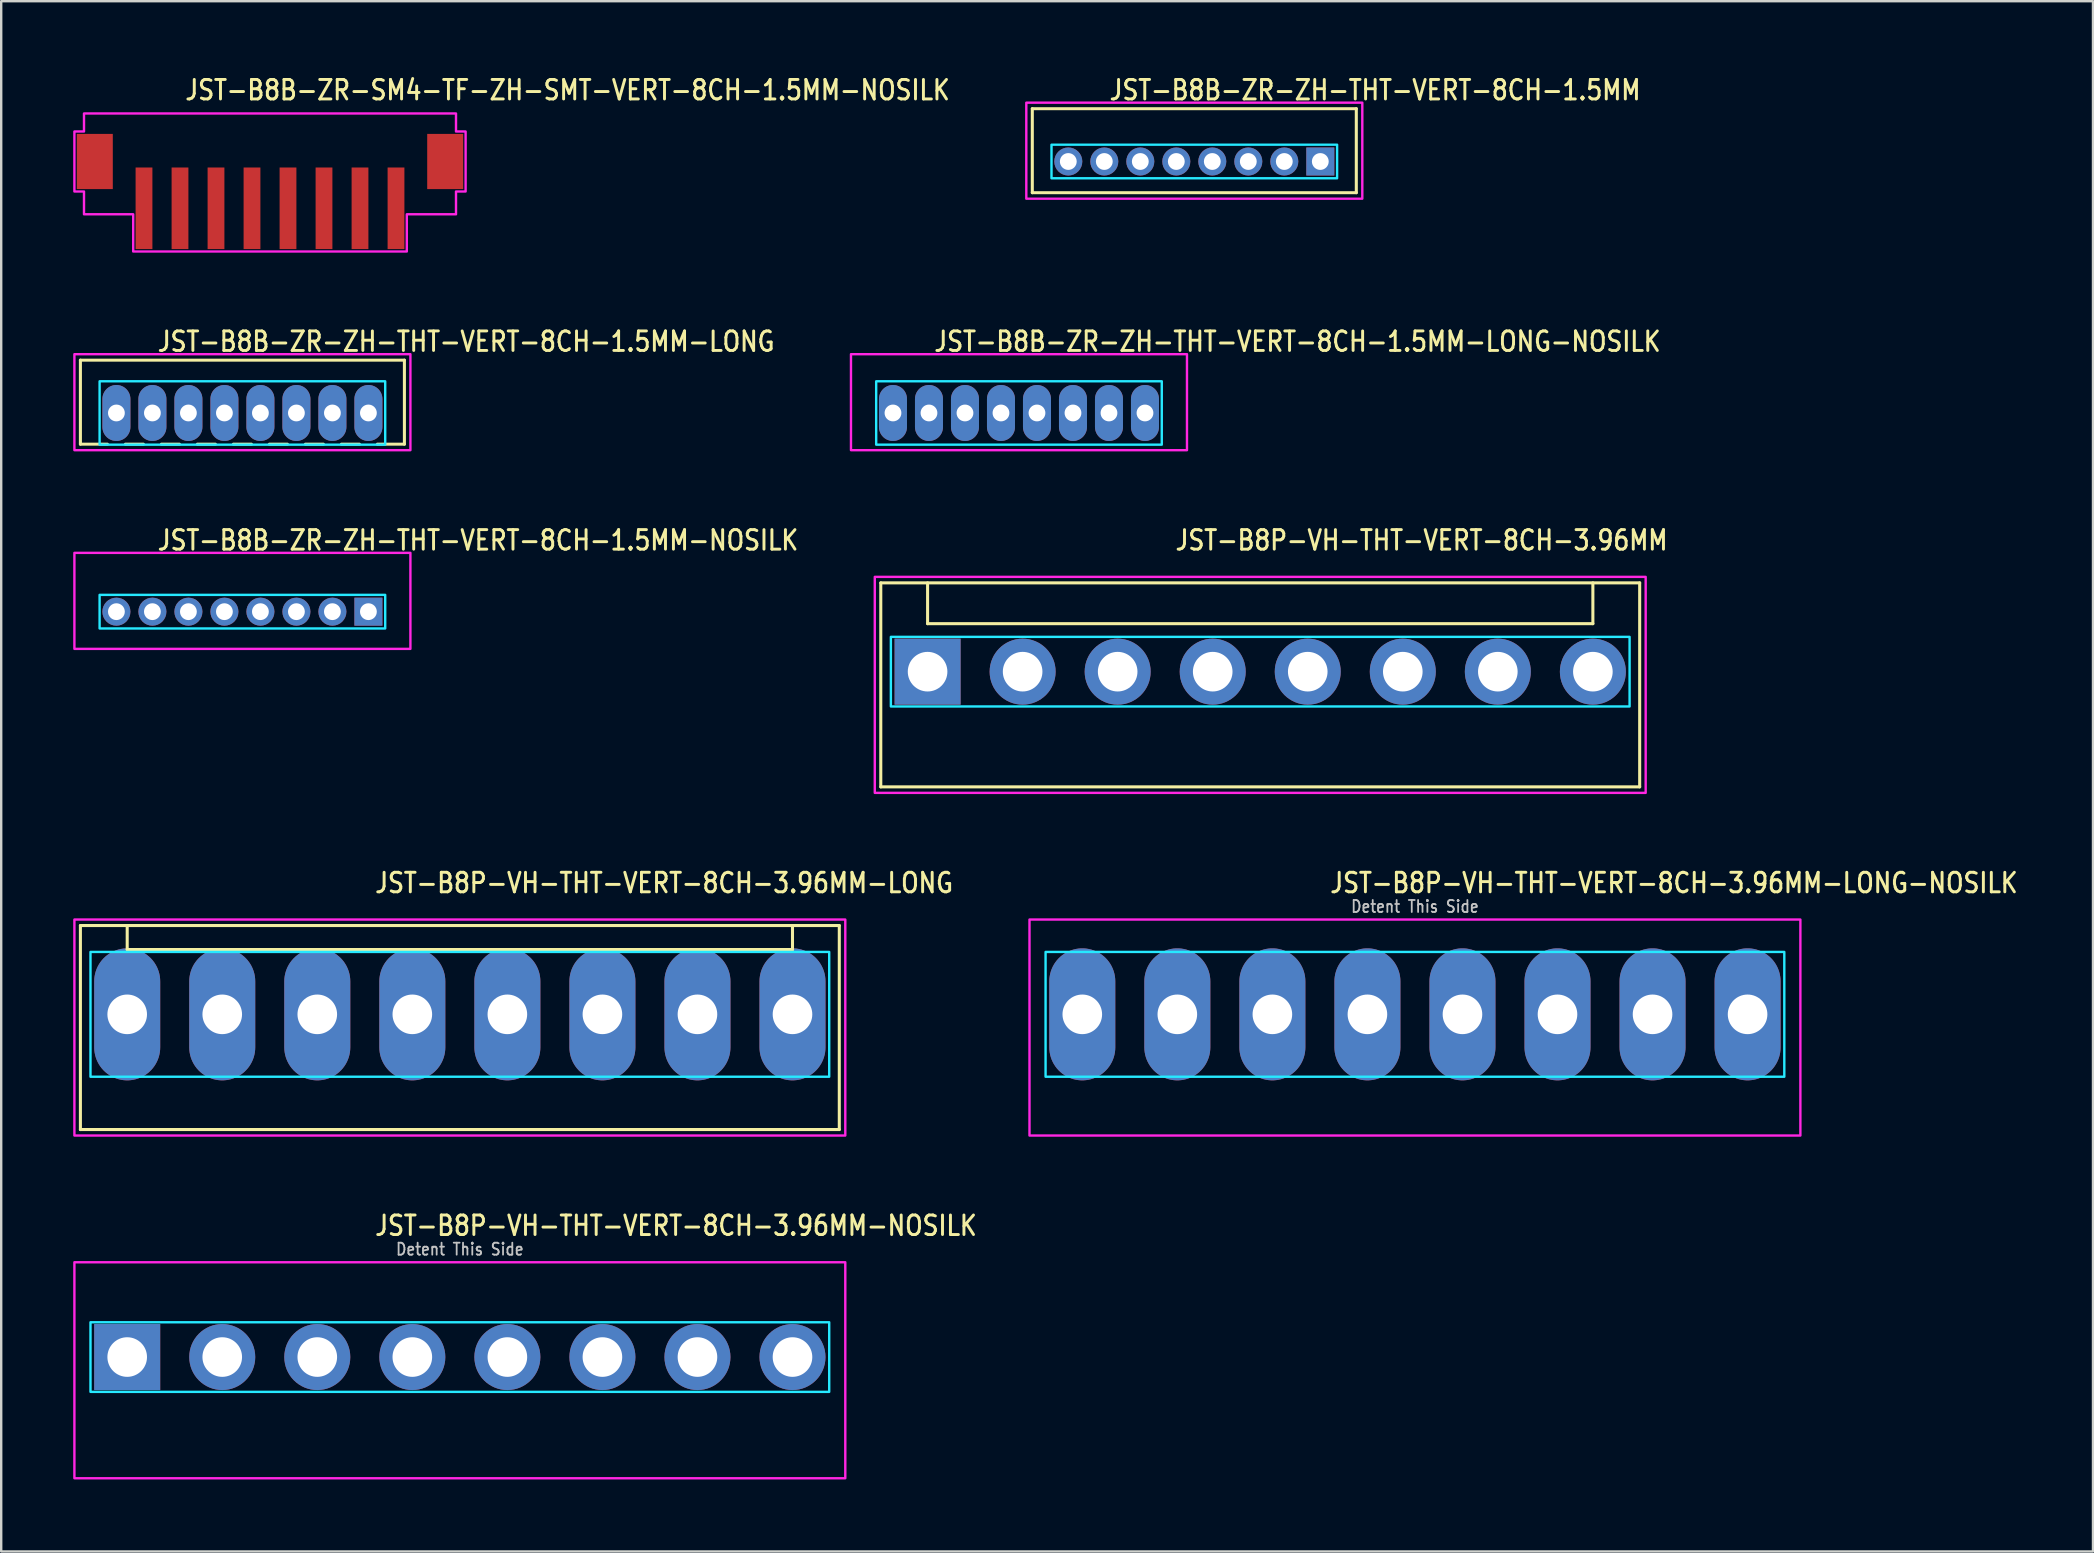
<source format=kicad_pcb>
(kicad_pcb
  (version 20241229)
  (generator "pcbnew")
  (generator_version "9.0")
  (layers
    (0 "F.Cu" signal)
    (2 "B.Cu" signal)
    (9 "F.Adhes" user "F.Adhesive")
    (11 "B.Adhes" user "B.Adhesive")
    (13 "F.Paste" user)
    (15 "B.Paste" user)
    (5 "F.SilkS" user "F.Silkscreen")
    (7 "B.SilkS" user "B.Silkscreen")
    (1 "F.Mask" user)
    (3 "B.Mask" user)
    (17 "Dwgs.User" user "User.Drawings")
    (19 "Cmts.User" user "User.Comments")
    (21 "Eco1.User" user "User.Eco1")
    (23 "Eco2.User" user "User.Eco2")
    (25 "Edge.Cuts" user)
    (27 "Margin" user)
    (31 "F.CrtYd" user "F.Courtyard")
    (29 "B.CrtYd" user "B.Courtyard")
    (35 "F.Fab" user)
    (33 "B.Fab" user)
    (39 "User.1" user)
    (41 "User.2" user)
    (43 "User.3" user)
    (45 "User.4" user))
  (footprint "JST-B8B-ZR-ZH-THT-VERT-8CH-1.5MM-NOSILK"
    (layer "F.Cu")
    (at 7.05 22.436)
    (property "Reference" "JST-B8B-ZR-ZH-THT-VERT-8CH-1.5MM-NOSILK" (at -3.6 -2.5 0) (unlocked yes) (layer "F.SilkS") (effects (font (size 0.813 0.695) (thickness 0.122)) (justify left bottom)))
    (fp_poly (pts (xy -5.95 -0.7) (xy -5.95 0.7) (xy 5.95 0.7) (xy 5.95 -0.7)) (stroke (width 0.1) (type solid)) (fill no) (layer "B.CrtYd"))
    (fp_poly (pts (xy -7 -2.45) (xy -7 1.55) (xy 7 1.55) (xy 7 -2.45)) (stroke (width 0.1) (type solid)) (fill no) (layer "F.CrtYd"))
    (pad "1" thru_hole rect (at 5.25 0) (size 1.167 1.167) (drill 0.7) (layers "*.Cu" "*.Mask"))
    (pad "2" thru_hole oval (at 3.75 0) (size 1.167 1.167) (drill 0.7) (layers "*.Cu" "*.Mask"))
    (pad "3" thru_hole oval (at 2.25 0) (size 1.167 1.167) (drill 0.7) (layers "*.Cu" "*.Mask"))
    (pad "4" thru_hole oval (at 0.75 0) (size 1.167 1.167) (drill 0.7) (layers "*.Cu" "*.Mask"))
    (pad "5" thru_hole oval (at -0.75 0) (size 1.167 1.167) (drill 0.7) (layers "*.Cu" "*.Mask"))
    (pad "6" thru_hole oval (at -2.25 0) (size 1.167 1.167) (drill 0.7) (layers "*.Cu" "*.Mask"))
    (pad "7" thru_hole oval (at -3.75 0) (size 1.167 1.167) (drill 0.7) (layers "*.Cu" "*.Mask"))
    (pad "8" thru_hole oval (at -5.25 0) (size 1.167 1.167) (drill 0.7) (layers "*.Cu" "*.Mask")))
  (footprint "JST-B8B-ZR-ZH-THT-VERT-8CH-1.5MM-LONG"
    (layer "F.Cu")
    (at 7.05 14.157)
    (property "Reference" "JST-B8B-ZR-ZH-THT-VERT-8CH-1.5MM-LONG" (at -3.6 -2.5 0) (unlocked yes) (layer "F.SilkS") (effects (font (size 0.813 0.695) (thickness 0.122)) (justify left bottom)))
    (fp_line (start -6.75 -2.2) (end 6.75 -2.2) (stroke (width 0.127) (type solid)) (layer "F.SilkS"))
    (fp_line (start -6.75 1.3) (end -6.75 -2.2) (stroke (width 0.127) (type solid)) (layer "F.SilkS"))
    (fp_line (start -6.75 1.3) (end -5.625 1.3) (stroke (width 0.127) (type solid)) (layer "F.SilkS"))
    (fp_line (start -4.875 1.3) (end -4.125 1.3) (stroke (width 0.127) (type solid)) (layer "F.SilkS"))
    (fp_line (start -3.375 1.3) (end -2.625 1.3) (stroke (width 0.127) (type solid)) (layer "F.SilkS"))
    (fp_line (start -1.875 1.3) (end -1.125 1.3) (stroke (width 0.127) (type solid)) (layer "F.SilkS"))
    (fp_line (start -0.375 1.3) (end 0.375 1.3) (stroke (width 0.127) (type solid)) (layer "F.SilkS"))
    (fp_line (start 1.125 1.3) (end 1.875 1.3) (stroke (width 0.127) (type solid)) (layer "F.SilkS"))
    (fp_line (start 2.625 1.3) (end 3.375 1.3) (stroke (width 0.127) (type solid)) (layer "F.SilkS"))
    (fp_line (start 4.125 1.3) (end 4.875 1.3) (stroke (width 0.127) (type solid)) (layer "F.SilkS"))
    (fp_line (start 5.625 1.3) (end 6.75 1.3) (stroke (width 0.127) (type solid)) (layer "F.SilkS"))
    (fp_line (start 6.75 -2.2) (end 6.75 1.3) (stroke (width 0.127) (type solid)) (layer "F.SilkS"))
    (fp_poly (pts (xy -5.95 -1.32) (xy -5.95 1.32) (xy 5.95 1.32) (xy 5.95 -1.32)) (stroke (width 0.1) (type solid)) (fill no) (layer "B.CrtYd"))
    (fp_poly (pts (xy -7 -2.45) (xy -7 1.55) (xy 7 1.55) (xy 7 -2.45)) (stroke (width 0.1) (type solid)) (fill no) (layer "F.CrtYd"))
    (pad "1" thru_hole oval (at 5.25 0 90) (size 2.333 1.167) (drill 0.7) (layers "*.Cu" "*.Mask"))
    (pad "2" thru_hole oval (at 3.75 0 90) (size 2.333 1.167) (drill 0.7) (layers "*.Cu" "*.Mask"))
    (pad "3" thru_hole oval (at 2.25 0 90) (size 2.333 1.167) (drill 0.7) (layers "*.Cu" "*.Mask"))
    (pad "4" thru_hole oval (at 0.75 0 90) (size 2.333 1.167) (drill 0.7) (layers "*.Cu" "*.Mask"))
    (pad "5" thru_hole oval (at -0.75 0 90) (size 2.333 1.167) (drill 0.7) (layers "*.Cu" "*.Mask"))
    (pad "6" thru_hole oval (at -2.25 0 90) (size 2.333 1.167) (drill 0.7) (layers "*.Cu" "*.Mask"))
    (pad "7" thru_hole oval (at -3.75 0 90) (size 2.333 1.167) (drill 0.7) (layers "*.Cu" "*.Mask"))
    (pad "8" thru_hole oval (at -5.25 0 90) (size 2.333 1.167) (drill 0.7) (layers "*.Cu" "*.Mask")))
  (footprint "JST-B8P-VH-THT-VERT-8CH-3.96MM-LONG"
    (layer "F.Cu")
    (at 16.11 39.214)
    (property "Reference" "JST-B8P-VH-THT-VERT-8CH-3.96MM-LONG" (at -3.6 -5 0) (unlocked yes) (layer "F.SilkS") (effects (font (size 0.813 0.695) (thickness 0.122)) (justify left bottom)))
    (fp_line (start -15.81 -3.7) (end 15.81 -3.7) (stroke (width 0.127) (type solid)) (layer "F.SilkS"))
    (fp_line (start -15.81 4.8) (end -15.81 -3.7) (stroke (width 0.127) (type solid)) (layer "F.SilkS"))
    (fp_line (start -15.81 4.8) (end 15.81 4.8) (stroke (width 0.127) (type solid)) (layer "F.SilkS"))
    (fp_line (start -13.86 -3.7) (end -13.86 -2.7) (stroke (width 0.127) (type solid)) (layer "F.SilkS"))
    (fp_line (start -13.86 -2.7) (end 13.86 -2.7) (stroke (width 0.127) (type solid)) (layer "F.SilkS"))
    (fp_line (start 13.86 -3.7) (end 13.86 -2.7) (stroke (width 0.127) (type solid)) (layer "F.SilkS"))
    (fp_line (start 15.81 -3.7) (end 15.81 4.8) (stroke (width 0.127) (type solid)) (layer "F.SilkS"))
    (fp_poly (pts (xy -15.39 -2.6) (xy -15.39 2.6) (xy 15.39 2.6) (xy 15.39 -2.6)) (stroke (width 0.1) (type solid)) (fill no) (layer "B.CrtYd"))
    (fp_poly (pts (xy -16.06 -3.95) (xy -16.06 5.05) (xy 16.06 5.05) (xy 16.06 -3.95)) (stroke (width 0.1) (type solid)) (fill no) (layer "F.CrtYd"))
    (pad "P$1" thru_hole oval (at -13.86 0 90) (size 5.5 2.75) (drill 1.65) (layers "*.Cu" "*.Mask"))
    (pad "P$2" thru_hole oval (at -9.9 0 90) (size 5.5 2.75) (drill 1.65) (layers "*.Cu" "*.Mask"))
    (pad "P$3" thru_hole oval (at -5.94 0 90) (size 5.5 2.75) (drill 1.65) (layers "*.Cu" "*.Mask"))
    (pad "P$4" thru_hole oval (at -1.98 0 90) (size 5.5 2.75) (drill 1.65) (layers "*.Cu" "*.Mask"))
    (pad "P$5" thru_hole oval (at 1.98 0 90) (size 5.5 2.75) (drill 1.65) (layers "*.Cu" "*.Mask"))
    (pad "P$6" thru_hole oval (at 5.94 0 90) (size 5.5 2.75) (drill 1.65) (layers "*.Cu" "*.Mask"))
    (pad "P$7" thru_hole oval (at 9.9 0 90) (size 5.5 2.75) (drill 1.65) (layers "*.Cu" "*.Mask"))
    (pad "P$8" thru_hole oval (at 13.86 0 90) (size 5.5 2.75) (drill 1.65) (layers "*.Cu" "*.Mask")))
  (footprint "JST-B8P-VH-THT-VERT-8CH-3.96MM-LONG-NOSILK"
    (layer "F.Cu")
    (at 55.905 39.214)
    (property "Reference" "JST-B8P-VH-THT-VERT-8CH-3.96MM-LONG-NOSILK" (at -3.6 -5 0) (unlocked yes) (layer "F.SilkS") (effects (font (size 0.813 0.695) (thickness 0.122)) (justify left bottom)))
    (fp_poly (pts (xy -15.39 -2.6) (xy -15.39 2.6) (xy 15.39 2.6) (xy 15.39 -2.6)) (stroke (width 0.1) (type solid)) (fill no) (layer "B.CrtYd"))
    (fp_poly (pts (xy -16.06 -3.95) (xy -16.06 5.05) (xy 16.06 5.05) (xy 16.06 -3.95)) (stroke (width 0.1) (type solid)) (fill no) (layer "F.CrtYd"))
    (fp_text user "Detent This Side" (at 0 -4.2 0) (unlocked yes) (layer "Dwgs.User") (effects (font (size 0.5 0.427) (thickness 0.075)) (justify bottom)))
    (pad "1" thru_hole oval (at -13.86 0 90) (size 5.5 2.75) (drill 1.65) (layers "*.Cu" "*.Mask"))
    (pad "2" thru_hole oval (at -9.9 0 90) (size 5.5 2.75) (drill 1.65) (layers "*.Cu" "*.Mask"))
    (pad "3" thru_hole oval (at -5.94 0 90) (size 5.5 2.75) (drill 1.65) (layers "*.Cu" "*.Mask"))
    (pad "4" thru_hole oval (at -1.98 0 90) (size 5.5 2.75) (drill 1.65) (layers "*.Cu" "*.Mask"))
    (pad "5" thru_hole oval (at 1.98 0 90) (size 5.5 2.75) (drill 1.65) (layers "*.Cu" "*.Mask"))
    (pad "6" thru_hole oval (at 5.94 0 90) (size 5.5 2.75) (drill 1.65) (layers "*.Cu" "*.Mask"))
    (pad "7" thru_hole oval (at 9.9 0 90) (size 5.5 2.75) (drill 1.65) (layers "*.Cu" "*.Mask"))
    (pad "8" thru_hole oval (at 13.86 0 90) (size 5.5 2.75) (drill 1.65) (layers "*.Cu" "*.Mask")))
  (footprint "JST-B8P-VH-THT-VERT-8CH-3.96MM-NOSILK"
    (layer "F.Cu")
    (at 16.11 53.493)
    (property "Reference" "JST-B8P-VH-THT-VERT-8CH-3.96MM-NOSILK" (at -3.6 -5 0) (unlocked yes) (layer "F.SilkS") (effects (font (size 0.813 0.695) (thickness 0.122)) (justify left bottom)))
    (fp_poly (pts (xy -15.39 -1.45) (xy -15.39 1.45) (xy 15.39 1.45) (xy 15.39 -1.45)) (stroke (width 0.1) (type solid)) (fill no) (layer "B.CrtYd"))
    (fp_poly (pts (xy -16.06 -3.95) (xy -16.06 5.05) (xy 16.06 5.05) (xy 16.06 -3.95)) (stroke (width 0.1) (type solid)) (fill no) (layer "F.CrtYd"))
    (fp_text user "Detent This Side" (at 0 -4.2 0) (unlocked yes) (layer "Dwgs.User") (effects (font (size 0.5 0.427) (thickness 0.075)) (justify bottom)))
    (pad "1" thru_hole rect (at -13.86 0) (size 2.75 2.75) (drill 1.65) (layers "*.Cu" "*.Mask"))
    (pad "2" thru_hole oval (at -9.9 0) (size 2.75 2.75) (drill 1.65) (layers "*.Cu" "*.Mask"))
    (pad "3" thru_hole oval (at -5.94 0) (size 2.75 2.75) (drill 1.65) (layers "*.Cu" "*.Mask"))
    (pad "4" thru_hole oval (at -1.98 0) (size 2.75 2.75) (drill 1.65) (layers "*.Cu" "*.Mask"))
    (pad "5" thru_hole oval (at 1.98 0) (size 2.75 2.75) (drill 1.65) (layers "*.Cu" "*.Mask"))
    (pad "6" thru_hole oval (at 5.94 0) (size 2.75 2.75) (drill 1.65) (layers "*.Cu" "*.Mask"))
    (pad "7" thru_hole oval (at 9.9 0) (size 2.75 2.75) (drill 1.65) (layers "*.Cu" "*.Mask"))
    (pad "8" thru_hole oval (at 13.86 0) (size 2.75 2.75) (drill 1.65) (layers "*.Cu" "*.Mask")))
  (footprint "JST-B8B-ZR-ZH-THT-VERT-8CH-1.5MM"
    (layer "F.Cu")
    (at 46.712 3.679)
    (property "Reference" "JST-B8B-ZR-ZH-THT-VERT-8CH-1.5MM" (at -3.6 -2.5 0) (unlocked yes) (layer "F.SilkS") (effects (font (size 0.813 0.695) (thickness 0.122)) (justify left bottom)))
    (fp_line (start -6.75 -2.2) (end 6.75 -2.2) (stroke (width 0.127) (type solid)) (layer "F.SilkS"))
    (fp_line (start -6.75 1.3) (end -6.75 -2.2) (stroke (width 0.127) (type solid)) (layer "F.SilkS"))
    (fp_line (start -6.75 1.3) (end 6.75 1.3) (stroke (width 0.127) (type solid)) (layer "F.SilkS"))
    (fp_line (start 6.75 -2.2) (end 6.75 1.3) (stroke (width 0.127) (type solid)) (layer "F.SilkS"))
    (fp_poly (pts (xy -5.95 -0.7) (xy -5.95 0.7) (xy 5.95 0.7) (xy 5.95 -0.7)) (stroke (width 0.1) (type solid)) (fill no) (layer "B.CrtYd"))
    (fp_poly (pts (xy -7 -2.45) (xy -7 1.55) (xy 7 1.55) (xy 7 -2.45)) (stroke (width 0.1) (type solid)) (fill no) (layer "F.CrtYd"))
    (pad "P$1" thru_hole rect (at 5.25 0) (size 1.167 1.167) (drill 0.7) (layers "*.Cu" "*.Mask"))
    (pad "P$2" thru_hole oval (at 3.75 0) (size 1.167 1.167) (drill 0.7) (layers "*.Cu" "*.Mask"))
    (pad "P$3" thru_hole oval (at 2.25 0) (size 1.167 1.167) (drill 0.7) (layers "*.Cu" "*.Mask"))
    (pad "P$4" thru_hole oval (at 0.75 0) (size 1.167 1.167) (drill 0.7) (layers "*.Cu" "*.Mask"))
    (pad "P$5" thru_hole oval (at -0.75 0) (size 1.167 1.167) (drill 0.7) (layers "*.Cu" "*.Mask"))
    (pad "P$6" thru_hole oval (at -2.25 0) (size 1.167 1.167) (drill 0.7) (layers "*.Cu" "*.Mask"))
    (pad "P$7" thru_hole oval (at -3.75 0) (size 1.167 1.167) (drill 0.7) (layers "*.Cu" "*.Mask"))
    (pad "P$8" thru_hole oval (at -5.25 0) (size 1.167 1.167) (drill 0.7) (layers "*.Cu" "*.Mask")))
  (footprint "JST-B8B-ZR-ZH-THT-VERT-8CH-1.5MM-LONG-NOSILK"
    (layer "F.Cu")
    (at 39.407 14.157)
    (property "Reference" "JST-B8B-ZR-ZH-THT-VERT-8CH-1.5MM-LONG-NOSILK" (at -3.6 -2.5 0) (unlocked yes) (layer "F.SilkS") (effects (font (size 0.813 0.695) (thickness 0.122)) (justify left bottom)))
    (fp_poly (pts (xy -5.95 -1.32) (xy -5.95 1.32) (xy 5.95 1.32) (xy 5.95 -1.32)) (stroke (width 0.1) (type solid)) (fill no) (layer "B.CrtYd"))
    (fp_poly (pts (xy -7 -2.45) (xy -7 1.55) (xy 7 1.55) (xy 7 -2.45)) (stroke (width 0.1) (type solid)) (fill no) (layer "F.CrtYd"))
    (pad "1" thru_hole oval (at 5.25 0 90) (size 2.333 1.167) (drill 0.7) (layers "*.Cu" "*.Mask"))
    (pad "2" thru_hole oval (at 3.75 0 90) (size 2.333 1.167) (drill 0.7) (layers "*.Cu" "*.Mask"))
    (pad "3" thru_hole oval (at 2.25 0 90) (size 2.333 1.167) (drill 0.7) (layers "*.Cu" "*.Mask"))
    (pad "4" thru_hole oval (at 0.75 0 90) (size 2.333 1.167) (drill 0.7) (layers "*.Cu" "*.Mask"))
    (pad "5" thru_hole oval (at -0.75 0 90) (size 2.333 1.167) (drill 0.7) (layers "*.Cu" "*.Mask"))
    (pad "6" thru_hole oval (at -2.25 0 90) (size 2.333 1.167) (drill 0.7) (layers "*.Cu" "*.Mask"))
    (pad "7" thru_hole oval (at -3.75 0 90) (size 2.333 1.167) (drill 0.7) (layers "*.Cu" "*.Mask"))
    (pad "8" thru_hole oval (at -5.25 0 90) (size 2.333 1.167) (drill 0.7) (layers "*.Cu" "*.Mask")))
  (footprint "JST-B8B-ZR-SM4-TF-ZH-SMT-VERT-8CH-1.5MM-NOSILK"
    (layer "F.Cu")
    (at 8.2 3.679)
    (property "Reference" "JST-B8B-ZR-SM4-TF-ZH-SMT-VERT-8CH-1.5MM-NOSILK" (at -3.6 -2.5 0) (unlocked yes) (layer "F.SilkS") (effects (font (size 0.813 0.695) (thickness 0.122)) (justify left bottom)))
    (fp_poly (pts (xy -7.75 -2) (xy -7.75 -1.25) (xy -8.15 -1.25) (xy -8.15 1.25) (xy -7.75 1.25) (xy -7.75 2.2) (xy -5.7 2.2) (xy -5.7 3.75) (xy 5.7 3.75) (xy 5.7 2.2) (xy 7.75 2.2) (xy 7.75 1.25) (xy 8.15 1.25) (xy 8.15 -1.25) (xy 7.75 -1.25) (xy 7.75 -2)) (stroke (width 0.1) (type solid)) (fill no) (layer "F.CrtYd"))
    (pad "1" smd rect (at -5.25 1.95) (size 0.7 3.4) (layers "F.Cu" "F.Mask" "F.Paste"))
    (pad "2" smd rect (at -3.75 1.95) (size 0.7 3.4) (layers "F.Cu" "F.Mask" "F.Paste"))
    (pad "3" smd rect (at -2.25 1.95) (size 0.7 3.4) (layers "F.Cu" "F.Mask" "F.Paste"))
    (pad "4" smd rect (at -0.75 1.95) (size 0.7 3.4) (layers "F.Cu" "F.Mask" "F.Paste"))
    (pad "5" smd rect (at 0.75 1.95) (size 0.7 3.4) (layers "F.Cu" "F.Mask" "F.Paste"))
    (pad "6" smd rect (at 2.25 1.95) (size 0.7 3.4) (layers "F.Cu" "F.Mask" "F.Paste"))
    (pad "7" smd rect (at 3.75 1.95) (size 0.7 3.4) (layers "F.Cu" "F.Mask" "F.Paste"))
    (pad "8" smd rect (at 5.25 1.95) (size 0.7 3.4) (layers "F.Cu" "F.Mask" "F.Paste"))
    (pad "9" smd rect (at 7.3 0) (size 1.5 2.3) (layers "F.Cu" "F.Mask" "F.Paste"))
    (pad "10" smd rect (at -7.3 0) (size 1.5 2.3) (layers "F.Cu" "F.Mask" "F.Paste")))
  (footprint "JST-B8P-VH-THT-VERT-8CH-3.96MM"
    (layer "F.Cu")
    (at 49.459 24.936)
    (property "Reference" "JST-B8P-VH-THT-VERT-8CH-3.96MM" (at -3.6 -5 0) (unlocked yes) (layer "F.SilkS") (effects (font (size 0.813 0.695) (thickness 0.122)) (justify left bottom)))
    (fp_line (start -15.81 -3.7) (end 15.81 -3.7) (stroke (width 0.127) (type solid)) (layer "F.SilkS"))
    (fp_line (start -15.81 4.8) (end -15.81 -3.7) (stroke (width 0.127) (type solid)) (layer "F.SilkS"))
    (fp_line (start -15.81 4.8) (end 15.81 4.8) (stroke (width 0.127) (type solid)) (layer "F.SilkS"))
    (fp_line (start -13.86 -3.7) (end -13.86 -2) (stroke (width 0.127) (type solid)) (layer "F.SilkS"))
    (fp_line (start -13.86 -2) (end 13.86 -2) (stroke (width 0.127) (type solid)) (layer "F.SilkS"))
    (fp_line (start 13.86 -3.7) (end 13.86 -2) (stroke (width 0.127) (type solid)) (layer "F.SilkS"))
    (fp_line (start 15.81 -3.7) (end 15.81 4.8) (stroke (width 0.127) (type solid)) (layer "F.SilkS"))
    (fp_poly (pts (xy -15.39 -1.45) (xy -15.39 1.45) (xy 15.39 1.45) (xy 15.39 -1.45)) (stroke (width 0.1) (type solid)) (fill no) (layer "B.CrtYd"))
    (fp_poly (pts (xy -16.06 -3.95) (xy -16.06 5.05) (xy 16.06 5.05) (xy 16.06 -3.95)) (stroke (width 0.1) (type solid)) (fill no) (layer "F.CrtYd"))
    (pad "1" thru_hole rect (at -13.86 0) (size 2.75 2.75) (drill 1.65) (layers "*.Cu" "*.Mask"))
    (pad "2" thru_hole oval (at -9.9 0) (size 2.75 2.75) (drill 1.65) (layers "*.Cu" "*.Mask"))
    (pad "3" thru_hole oval (at -5.94 0) (size 2.75 2.75) (drill 1.65) (layers "*.Cu" "*.Mask"))
    (pad "4" thru_hole oval (at -1.98 0) (size 2.75 2.75) (drill 1.65) (layers "*.Cu" "*.Mask"))
    (pad "5" thru_hole oval (at 1.98 0) (size 2.75 2.75) (drill 1.65) (layers "*.Cu" "*.Mask"))
    (pad "6" thru_hole oval (at 5.94 0) (size 2.75 2.75) (drill 1.65) (layers "*.Cu" "*.Mask"))
    (pad "7" thru_hole oval (at 9.9 0) (size 2.75 2.75) (drill 1.65) (layers "*.Cu" "*.Mask"))
    (pad "8" thru_hole oval (at 13.86 0) (size 2.75 2.75) (drill 1.65) (layers "*.Cu" "*.Mask")))
  (gr_rect
    (start -3 -3)
    (end 84.157 61.593)
    (stroke (width 0.1) (type default))
    (fill no)
    (layer "Edge.Cuts")))
</source>
